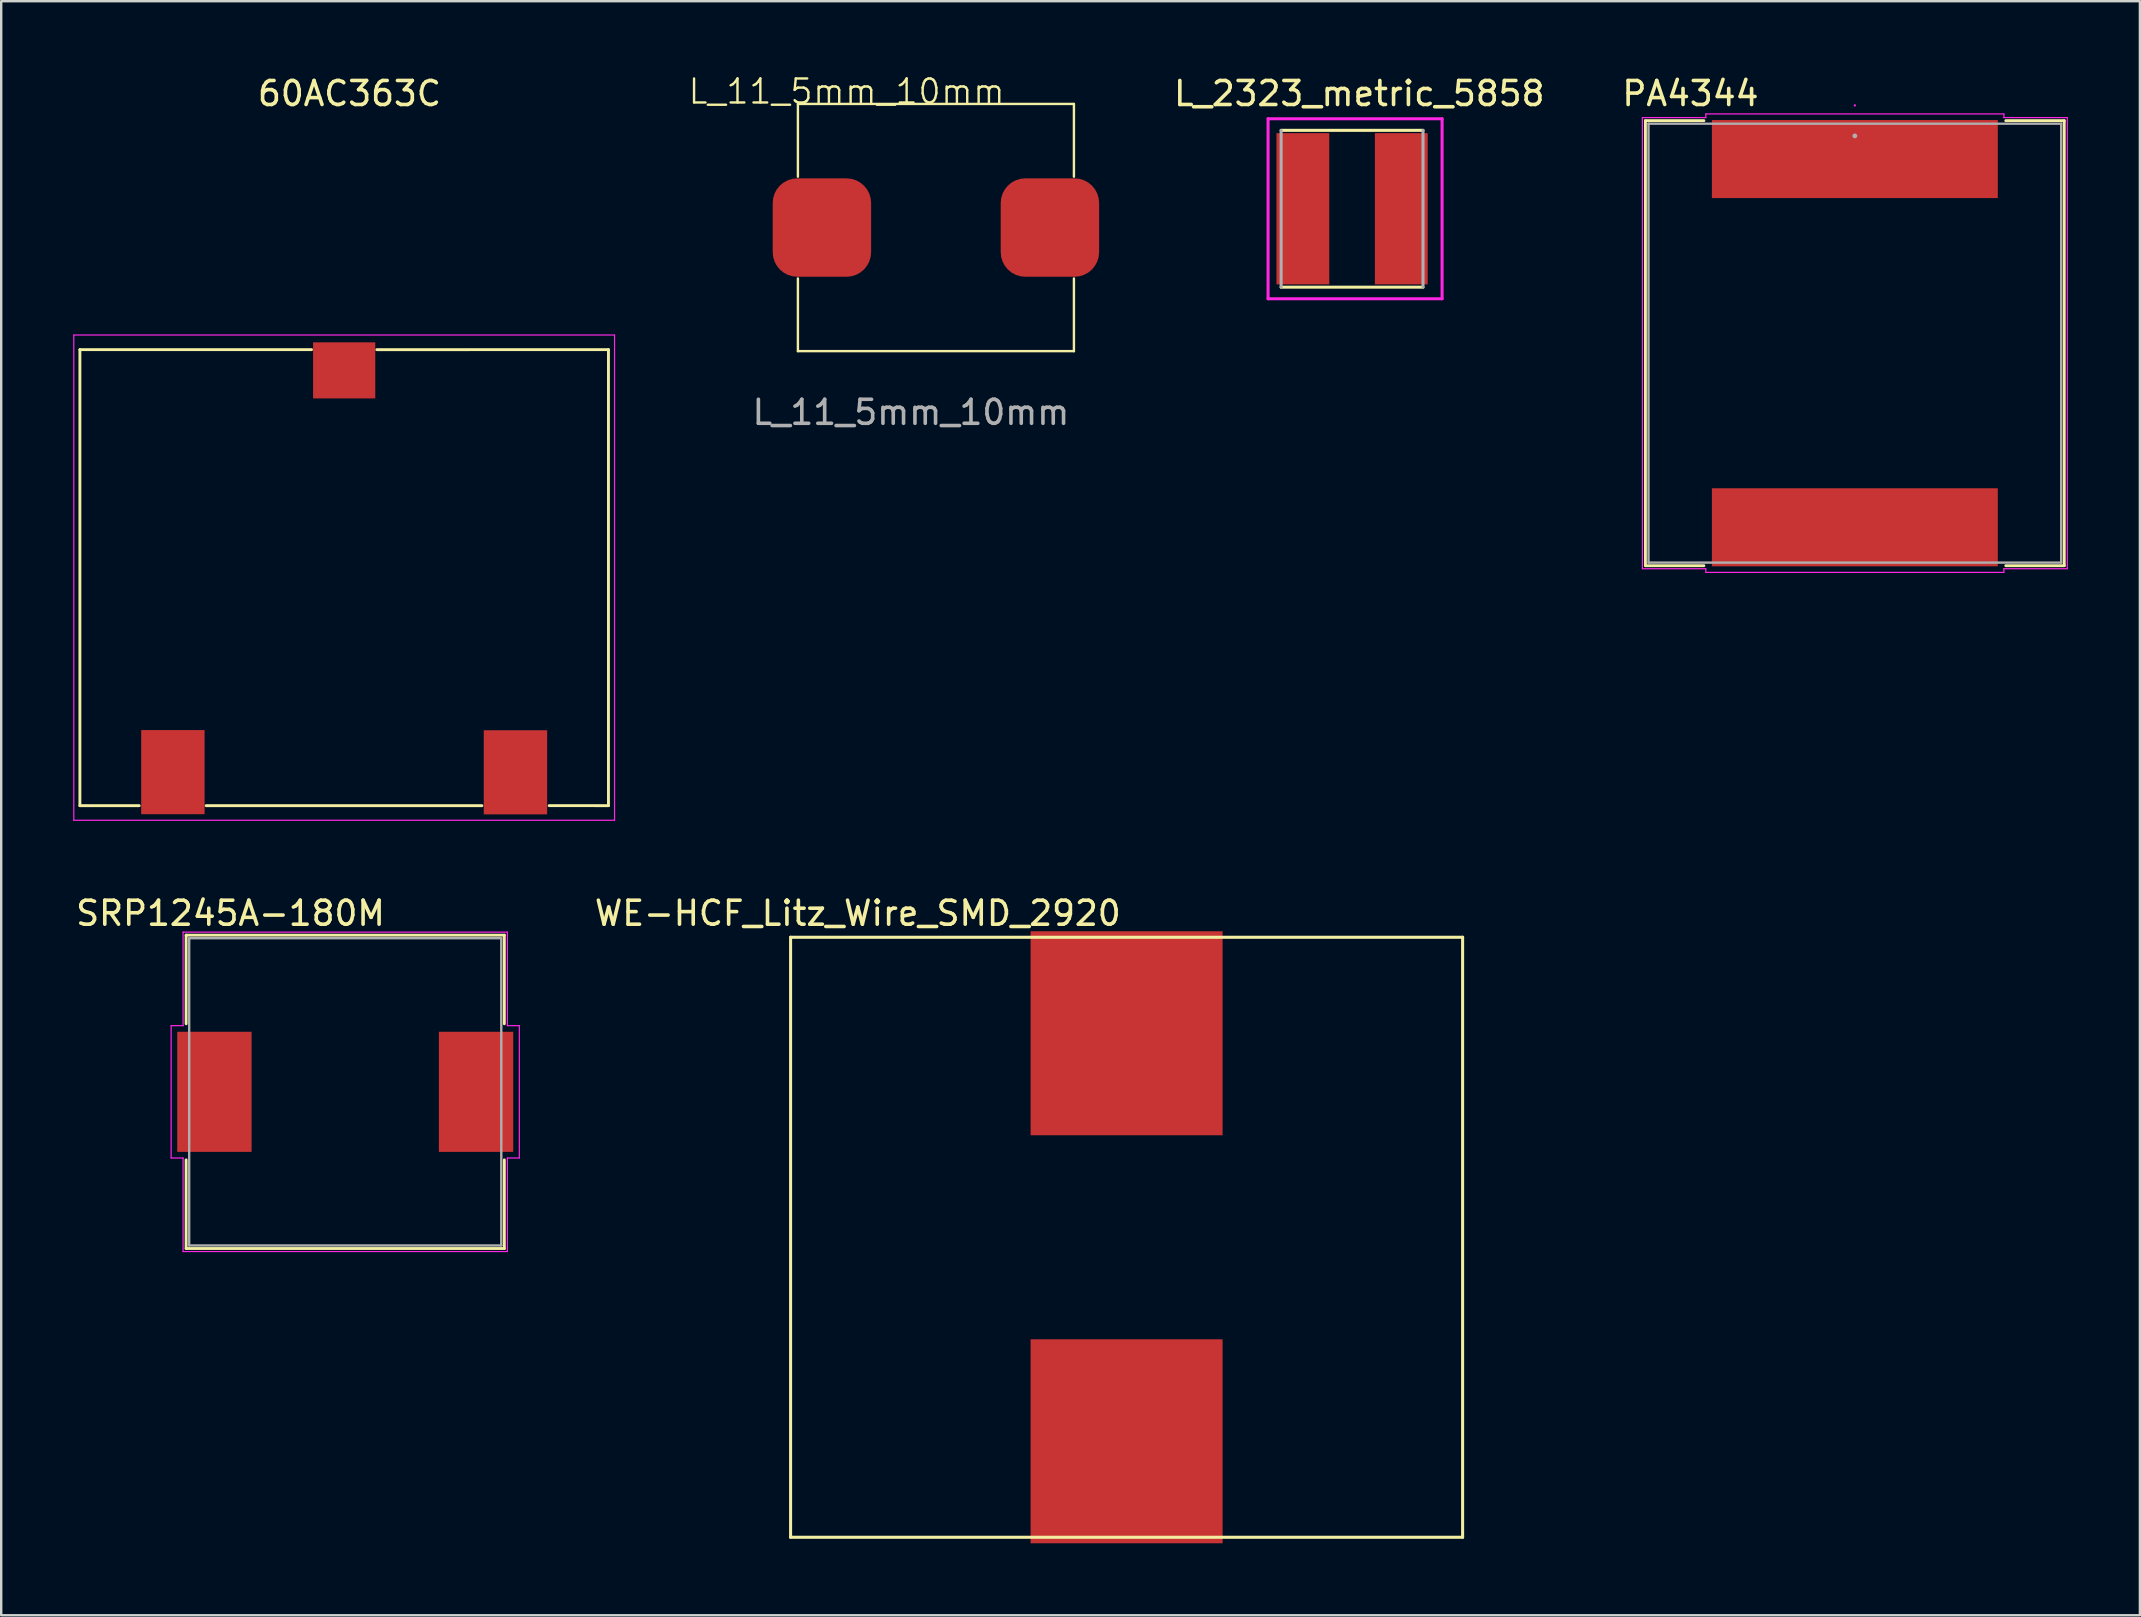
<source format=kicad_pcb>
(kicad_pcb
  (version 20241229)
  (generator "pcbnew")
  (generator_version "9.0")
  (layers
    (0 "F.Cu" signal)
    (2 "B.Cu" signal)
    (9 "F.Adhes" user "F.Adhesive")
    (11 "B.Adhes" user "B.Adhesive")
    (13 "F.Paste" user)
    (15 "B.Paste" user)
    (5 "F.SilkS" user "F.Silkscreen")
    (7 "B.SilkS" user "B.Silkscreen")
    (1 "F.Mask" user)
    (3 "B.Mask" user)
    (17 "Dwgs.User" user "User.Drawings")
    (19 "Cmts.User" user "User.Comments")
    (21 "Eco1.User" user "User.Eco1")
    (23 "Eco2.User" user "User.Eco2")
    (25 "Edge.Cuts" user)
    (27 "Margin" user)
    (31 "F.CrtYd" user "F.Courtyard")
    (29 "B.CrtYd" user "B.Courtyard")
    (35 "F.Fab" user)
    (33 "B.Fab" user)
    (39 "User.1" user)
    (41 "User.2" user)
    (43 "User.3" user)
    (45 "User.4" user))
  (footprint "60AC363C"
    (layer "F.Cu")
    (at 11.29 21.018)
    (property "Reference" "60AC363C" (at 0.22 -20.17 0) (layer "F.SilkS") (effects (font (size 1 1) (thickness 0.15))))
    (attr through_hole)
    (fp_line (start -11.011 -9.5) (end -11.011 9.5) (stroke (width 0.12) (type solid)) (layer "F.SilkS"))
    (fp_line (start -11.011 -9.5) (end -1.36 -9.5) (stroke (width 0.12) (type solid)) (layer "F.SilkS"))
    (fp_line (start -11.011 9.5) (end -8.54 9.5) (stroke (width 0.12) (type solid)) (layer "F.SilkS"))
    (fp_line (start -5.75 9.5) (end 5.74 9.5) (stroke (width 0.12) (type solid)) (layer "F.SilkS"))
    (fp_line (start 11.011 -9.5) (end 1.36 -9.499) (stroke (width 0.12) (type solid)) (layer "F.SilkS"))
    (fp_line (start 11.011 9.5) (end 8.54 9.499) (stroke (width 0.12) (type solid)) (layer "F.SilkS"))
    (fp_line (start 11.011 9.5) (end 11.011 -9.5) (stroke (width 0.12) (type solid)) (layer "F.SilkS"))
    (fp_line (start -11.265 -10.109) (end 11.265 -10.109) (stroke (width 0.05) (type solid)) (layer "F.CrtYd"))
    (fp_line (start -11.265 10.109) (end -11.265 -10.109) (stroke (width 0.05) (type solid)) (layer "F.CrtYd"))
    (fp_line (start -11.265 10.109) (end 11.265 10.109) (stroke (width 0.05) (type solid)) (layer "F.CrtYd"))
    (fp_line (start 11.265 -10.109) (end 11.265 10.109) (stroke (width 0.05) (type solid)) (layer "F.CrtYd"))
    (pad "1" smd rect (at -7.137 8.103) (size 2.642 3.505) (layers "F.Cu" "F.Mask" "F.Paste"))
    (pad "2" smd rect (at 7.137 8.11) (size 2.642 3.505) (layers "F.Cu" "F.Mask" "F.Paste"))
    (pad "3" smd rect (at 0 -8.636) (size 2.591 2.337) (layers "F.Cu" "F.Mask" "F.Paste")))
  (footprint "PA4344"
    (layer "F.Cu")
    (at 74.232 11.248)
    (property "Reference" "PA4344" (at -6.85 -10.4 0) (layer "F.SilkS") (effects (font (size 1 1) (thickness 0.15))))
    (attr through_hole)
    (fp_line (start -8.725 -9.271) (end -8.725 9.271) (stroke (width 0.12) (type solid)) (layer "F.SilkS"))
    (fp_line (start -8.725 9.271) (end -6.289 9.271) (stroke (width 0.12) (type solid)) (layer "F.SilkS"))
    (fp_line (start -6.289 -9.271) (end -8.725 -9.271) (stroke (width 0.12) (type solid)) (layer "F.SilkS"))
    (fp_line (start 6.289 9.271) (end 8.725 9.271) (stroke (width 0.12) (type solid)) (layer "F.SilkS"))
    (fp_line (start 8.725 -9.271) (end 6.289 -9.271) (stroke (width 0.12) (type solid)) (layer "F.SilkS"))
    (fp_line (start 8.725 9.271) (end 8.725 -9.271) (stroke (width 0.12) (type solid)) (layer "F.SilkS"))
    (fp_line (start -8.852 -9.398) (end -6.21 -9.398) (stroke (width 0.05) (type solid)) (layer "F.CrtYd"))
    (fp_line (start -8.852 9.398) (end -8.852 -9.398) (stroke (width 0.05) (type solid)) (layer "F.CrtYd"))
    (fp_line (start -6.21 -9.55) (end 6.21 -9.55) (stroke (width 0.05) (type solid)) (layer "F.CrtYd"))
    (fp_line (start -6.21 -9.398) (end -6.21 -9.55) (stroke (width 0.05) (type solid)) (layer "F.CrtYd"))
    (fp_line (start -6.21 9.398) (end -8.852 9.398) (stroke (width 0.05) (type solid)) (layer "F.CrtYd"))
    (fp_line (start -6.21 9.55) (end -6.21 9.398) (stroke (width 0.05) (type solid)) (layer "F.CrtYd"))
    (fp_line (start 6.21 -9.55) (end 6.21 -9.398) (stroke (width 0.05) (type solid)) (layer "F.CrtYd"))
    (fp_line (start 6.21 -9.398) (end 8.852 -9.398) (stroke (width 0.05) (type solid)) (layer "F.CrtYd"))
    (fp_line (start 6.21 9.398) (end 6.21 9.55) (stroke (width 0.05) (type solid)) (layer "F.CrtYd"))
    (fp_line (start 6.21 9.55) (end -6.21 9.55) (stroke (width 0.05) (type solid)) (layer "F.CrtYd"))
    (fp_line (start 8.852 -9.398) (end 8.852 9.398) (stroke (width 0.05) (type solid)) (layer "F.CrtYd"))
    (fp_line (start 8.852 9.398) (end 6.21 9.398) (stroke (width 0.05) (type solid)) (layer "F.CrtYd"))
    (fp_circle (center 0 -9.906) (end 0 -9.906) (stroke (width 0.05) (type solid)) (fill no) (layer "F.CrtYd"))
    (fp_line (start -8.598 -9.144) (end -8.598 9.144) (stroke (width 0.1) (type solid)) (layer "F.Fab"))
    (fp_line (start -8.598 9.144) (end 8.598 9.144) (stroke (width 0.1) (type solid)) (layer "F.Fab"))
    (fp_line (start 8.598 -9.144) (end -8.598 -9.144) (stroke (width 0.1) (type solid)) (layer "F.Fab"))
    (fp_line (start 8.598 9.144) (end 8.598 -9.144) (stroke (width 0.1) (type solid)) (layer "F.Fab"))
    (fp_circle (center 0 -8.636) (end 0 -8.636) (stroke (width 0.1) (type solid)) (fill no) (layer "F.Fab"))
    (pad "1" smd rect (at 0 -7.671) (size 11.913 3.251) (layers "F.Cu" "F.Mask" "F.Paste"))
    (pad "2" smd rect (at 0 7.671) (size 11.913 3.251) (layers "F.Cu" "F.Mask" "F.Paste")))
  (footprint "L_2323_metric_5858"
    (layer "F.Cu")
    (at 53.284 5.748)
    (property "Reference" "L_2323_metric_5858" (at 0.3 -4.9 0) (layer "F.SilkS") (effects (font (size 1 1) (thickness 0.15))))
    (attr through_hole)
    (fp_line (start -2.956 -3.367) (end 2.956 -3.367) (stroke (width 0.127) (type solid)) (layer "F.SilkS"))
    (fp_line (start 2.956 3.167) (end -2.956 3.167) (stroke (width 0.127) (type solid)) (layer "F.SilkS"))
    (fp_line (start -3.5 -3.85) (end 3.75 -3.85) (stroke (width 0.127) (type solid)) (layer "F.CrtYd"))
    (fp_line (start -3.5 3.65) (end -3.5 -3.85) (stroke (width 0.127) (type solid)) (layer "F.CrtYd"))
    (fp_line (start 3.75 -3.85) (end 3.75 3.65) (stroke (width 0.127) (type solid)) (layer "F.CrtYd"))
    (fp_line (start 3.75 3.65) (end -3.5 3.65) (stroke (width 0.127) (type solid)) (layer "F.CrtYd"))
    (fp_line (start -2.956 3.167) (end -2.956 -3.367) (stroke (width 0.127) (type solid)) (layer "F.Fab"))
    (fp_line (start 2.956 -3.367) (end 2.956 3.167) (stroke (width 0.127) (type solid)) (layer "F.Fab"))
    (pad "1" smd rect (at -2.05 -0.1) (size 2.2 6.3) (layers "F.Cu" "F.Mask" "F.Paste"))
    (pad "2" smd rect (at 2.05 -0.1) (size 2.2 6.3) (layers "F.Cu" "F.Mask" "F.Paste")))
  (footprint "SRP1245A-180M"
    (layer "F.Cu")
    (at 11.334 42.441)
    (property "Reference" "SRP1245A-180M" (at -4.78 -7.44 0) (layer "F.SilkS") (effects (font (size 1 1) (thickness 0.15))))
    (attr through_hole)
    (fp_line (start -6.629 -6.528) (end -6.629 -2.835) (stroke (width 0.12) (type solid)) (layer "F.SilkS"))
    (fp_line (start -6.629 2.835) (end -6.629 6.528) (stroke (width 0.12) (type solid)) (layer "F.SilkS"))
    (fp_line (start -6.629 6.528) (end 6.629 6.528) (stroke (width 0.12) (type solid)) (layer "F.SilkS"))
    (fp_line (start 6.629 -6.528) (end -6.629 -6.528) (stroke (width 0.12) (type solid)) (layer "F.SilkS"))
    (fp_line (start 6.629 -2.835) (end 6.629 -6.528) (stroke (width 0.12) (type solid)) (layer "F.SilkS"))
    (fp_line (start 6.629 6.528) (end 6.629 2.835) (stroke (width 0.12) (type solid)) (layer "F.SilkS"))
    (fp_line (start -7.254 -2.756) (end -6.756 -2.756) (stroke (width 0.05) (type solid)) (layer "F.CrtYd"))
    (fp_line (start -7.254 2.756) (end -7.254 -2.756) (stroke (width 0.05) (type solid)) (layer "F.CrtYd"))
    (fp_line (start -7.254 2.756) (end -6.756 2.756) (stroke (width 0.05) (type solid)) (layer "F.CrtYd"))
    (fp_line (start -6.756 -6.655) (end 6.756 -6.655) (stroke (width 0.05) (type solid)) (layer "F.CrtYd"))
    (fp_line (start -6.756 -2.756) (end -6.756 -6.655) (stroke (width 0.05) (type solid)) (layer "F.CrtYd"))
    (fp_line (start -6.756 6.655) (end -6.756 2.756) (stroke (width 0.05) (type solid)) (layer "F.CrtYd"))
    (fp_line (start 6.756 -6.655) (end 6.756 -2.756) (stroke (width 0.05) (type solid)) (layer "F.CrtYd"))
    (fp_line (start 6.756 2.756) (end 6.756 6.655) (stroke (width 0.05) (type solid)) (layer "F.CrtYd"))
    (fp_line (start 6.756 6.655) (end -6.756 6.655) (stroke (width 0.05) (type solid)) (layer "F.CrtYd"))
    (fp_line (start 7.254 -2.756) (end 6.756 -2.756) (stroke (width 0.05) (type solid)) (layer "F.CrtYd"))
    (fp_line (start 7.254 -2.756) (end 7.254 2.756) (stroke (width 0.05) (type solid)) (layer "F.CrtYd"))
    (fp_line (start 7.254 2.756) (end 6.756 2.756) (stroke (width 0.05) (type solid)) (layer "F.CrtYd"))
    (fp_line (start -6.502 -6.401) (end -6.502 6.401) (stroke (width 0.1) (type solid)) (layer "F.Fab"))
    (fp_line (start -6.502 6.401) (end 6.502 6.401) (stroke (width 0.1) (type solid)) (layer "F.Fab"))
    (fp_line (start 6.502 -6.401) (end -6.502 -6.401) (stroke (width 0.1) (type solid)) (layer "F.Fab"))
    (fp_line (start 6.502 6.401) (end 6.502 -6.401) (stroke (width 0.1) (type solid)) (layer "F.Fab"))
    (pad "1" smd rect (at -5.451 0) (size 3.099 5.004) (layers "F.Cu" "F.Mask" "F.Paste"))
    (pad "2" smd rect (at 5.451 0) (size 3.099 5.004) (layers "F.Cu" "F.Mask" "F.Paste")))
  (footprint "WE-HCF_Litz_Wire_SMD_2920"
    (layer "F.Cu")
    (at 43.89 48.501)
    (property "Reference" "WE-HCF_Litz_Wire_SMD_2920" (at -11.2 -13.5 0) (layer "F.SilkS") (effects (font (size 1 1) (thickness 0.15))))
    (attr through_hole)
    (fp_line (start -14 -12.5) (end -14 12.5) (stroke (width 0.127) (type solid)) (layer "F.SilkS"))
    (fp_line (start -14 12.5) (end 14 12.5) (stroke (width 0.127) (type solid)) (layer "F.SilkS"))
    (fp_line (start 14 -12.5) (end -14 -12.5) (stroke (width 0.127) (type solid)) (layer "F.SilkS"))
    (fp_line (start 14 12.5) (end 14 -12.5) (stroke (width 0.127) (type solid)) (layer "F.SilkS"))
    (pad "1" smd rect (at 0 -8.5) (size 8 8.5) (layers "F.Cu" "F.Mask" "F.Paste"))
    (pad "2" smd rect (at 0 8.5) (size 8 8.5) (layers "F.Cu" "F.Mask" "F.Paste")))
  (footprint "L_11_5mm_10mm"
    (layer "F.Cu")
    (at 35.945 6.431)
    (property "Reference" "L_11_5mm_10mm" (at -3.72 -5.67 0) (unlocked yes) (layer "F.SilkS") (effects (font (size 1 1) (thickness 0.1))))
    (attr smd)
    (fp_line (start -5.75 -5.15) (end -5.75 -2.12) (stroke (width 0.1) (type default)) (layer "F.SilkS"))
    (fp_line (start -5.75 -5.15) (end 5.75 -5.15) (stroke (width 0.1) (type default)) (layer "F.SilkS"))
    (fp_line (start -5.75 5.15) (end -5.75 2.12) (stroke (width 0.1) (type default)) (layer "F.SilkS"))
    (fp_line (start -5.75 5.15) (end 5.75 5.15) (stroke (width 0.1) (type default)) (layer "F.SilkS"))
    (fp_line (start 5.75 -5.15) (end 5.75 -2.12) (stroke (width 0.1) (type default)) (layer "F.SilkS"))
    (fp_line (start 5.75 5.15) (end 5.75 2.12) (stroke (width 0.1) (type default)) (layer "F.SilkS"))
    (fp_text user "${REFERENCE}" (at -1.04 7.7 0) (unlocked yes) (layer "F.Fab") (effects (font (size 1 1) (thickness 0.15))))
    (pad "1" smd roundrect (at -4.75 0) (size 4.1 4.1) (layers "F.Cu" "F.Mask" "F.Paste") (roundrect_rratio 0.25))
    (pad "2" smd roundrect (at 4.75 0) (size 4.1 4.1) (layers "F.Cu" "F.Mask" "F.Paste") (roundrect_rratio 0.25)))
  (gr_rect
    (start -3 -3)
    (end 86.109 64.251)
    (stroke (width 0.1) (type default))
    (fill no)
    (layer "Edge.Cuts")))
</source>
